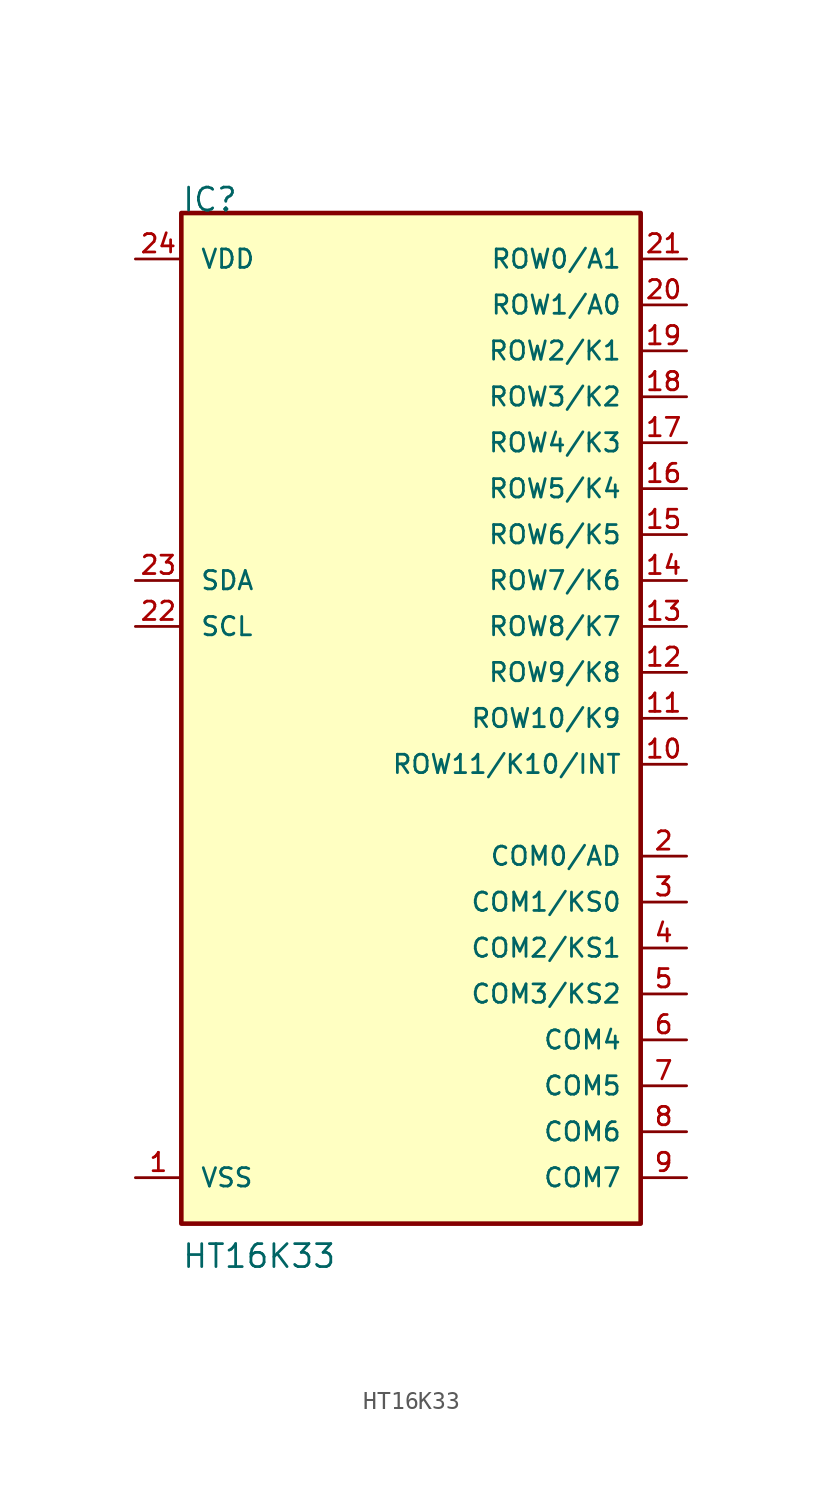
<source format=kicad_sym>
(kicad_symbol_lib
  (version 20211014)
  (generator kicad_symbol_editor)
  (symbol "HT16K33"
    (pin_names
      (offset 1.016))
    (property "Reference" "IC"
      (at -12.7 27.94 0)
      (effects (font (size 1.27 1.27)) (justify bottom left)))
    (property "Value" "HT16K33"
      (at -12.7 -30.48 0)
      (effects (font (size 1.27 1.27)) (justify bottom left)))
    (symbol "HT16K33_0_0"
      (rectangle (start -12.7 -27.94) (end 12.7 27.94) (stroke (width 0.254)) (fill (type background)))
      (pin bidirectional line (at 15.24 -7.62 180.0) (length 2.54) (name "COM0/AD" (effects (font (size 1.016 1.016)))) (number "2" (effects (font (size 1.016 1.016)))))
      (pin bidirectional line (at 15.24 -10.16 180.0) (length 2.54) (name "COM1/KS0" (effects (font (size 1.016 1.016)))) (number "3" (effects (font (size 1.016 1.016)))))
      (pin bidirectional line (at 15.24 -12.7 180.0) (length 2.54) (name "COM2/KS1" (effects (font (size 1.016 1.016)))) (number "4" (effects (font (size 1.016 1.016)))))
      (pin bidirectional line (at 15.24 -15.24 180.0) (length 2.54) (name "COM3/KS2" (effects (font (size 1.016 1.016)))) (number "5" (effects (font (size 1.016 1.016)))))
      (pin bidirectional line (at 15.24 -17.78 180.0) (length 2.54) (name "COM4" (effects (font (size 1.016 1.016)))) (number "6" (effects (font (size 1.016 1.016)))))
      (pin bidirectional line (at 15.24 -20.32 180.0) (length 2.54) (name "COM5" (effects (font (size 1.016 1.016)))) (number "7" (effects (font (size 1.016 1.016)))))
      (pin bidirectional line (at 15.24 -22.86 180.0) (length 2.54) (name "COM6" (effects (font (size 1.016 1.016)))) (number "8" (effects (font (size 1.016 1.016)))))
      (pin bidirectional line (at 15.24 -25.4 180.0) (length 2.54) (name "COM7" (effects (font (size 1.016 1.016)))) (number "9" (effects (font (size 1.016 1.016)))))
      (pin bidirectional line (at 15.24 25.4 180.0) (length 2.54) (name "ROW0/A1" (effects (font (size 1.016 1.016)))) (number "21" (effects (font (size 1.016 1.016)))))
      (pin bidirectional line (at 15.24 22.86 180.0) (length 2.54) (name "ROW1/A0" (effects (font (size 1.016 1.016)))) (number "20" (effects (font (size 1.016 1.016)))))
      (pin bidirectional line (at 15.24 20.32 180.0) (length 2.54) (name "ROW2/K1" (effects (font (size 1.016 1.016)))) (number "19" (effects (font (size 1.016 1.016)))))
      (pin bidirectional line (at 15.24 17.78 180.0) (length 2.54) (name "ROW3/K2" (effects (font (size 1.016 1.016)))) (number "18" (effects (font (size 1.016 1.016)))))
      (pin bidirectional line (at 15.24 15.24 180.0) (length 2.54) (name "ROW4/K3" (effects (font (size 1.016 1.016)))) (number "17" (effects (font (size 1.016 1.016)))))
      (pin bidirectional line (at 15.24 12.7 180.0) (length 2.54) (name "ROW5/K4" (effects (font (size 1.016 1.016)))) (number "16" (effects (font (size 1.016 1.016)))))
      (pin bidirectional line (at 15.24 10.16 180.0) (length 2.54) (name "ROW6/K5" (effects (font (size 1.016 1.016)))) (number "15" (effects (font (size 1.016 1.016)))))
      (pin bidirectional line (at 15.24 7.62 180.0) (length 2.54) (name "ROW7/K6" (effects (font (size 1.016 1.016)))) (number "14" (effects (font (size 1.016 1.016)))))
      (pin bidirectional line (at 15.24 5.08 180.0) (length 2.54) (name "ROW8/K7" (effects (font (size 1.016 1.016)))) (number "13" (effects (font (size 1.016 1.016)))))
      (pin bidirectional line (at 15.24 2.54 180.0) (length 2.54) (name "ROW9/K8" (effects (font (size 1.016 1.016)))) (number "12" (effects (font (size 1.016 1.016)))))
      (pin bidirectional line (at 15.24 0.0 180.0) (length 2.54) (name "ROW10/K9" (effects (font (size 1.016 1.016)))) (number "11" (effects (font (size 1.016 1.016)))))
      (pin bidirectional line (at 15.24 -2.54 180.0) (length 2.54) (name "ROW11/K10/INT" (effects (font (size 1.016 1.016)))) (number "10" (effects (font (size 1.016 1.016)))))
      (pin bidirectional line (at -15.24 5.08 0) (length 2.54) (name "SCL" (effects (font (size 1.016 1.016)))) (number "22" (effects (font (size 1.016 1.016)))))
      (pin bidirectional line (at -15.24 7.62 0) (length 2.54) (name "SDA" (effects (font (size 1.016 1.016)))) (number "23" (effects (font (size 1.016 1.016)))))
      (pin power_in line (at -15.24 25.4 0) (length 2.54) (name "VDD" (effects (font (size 1.016 1.016)))) (number "24" (effects (font (size 1.016 1.016)))))
      (pin bidirectional line (at -15.24 -25.4 0) (length 2.54) (name "VSS" (effects (font (size 1.016 1.016)))) (number "1" (effects (font (size 1.016 1.016))))))))
</source>
